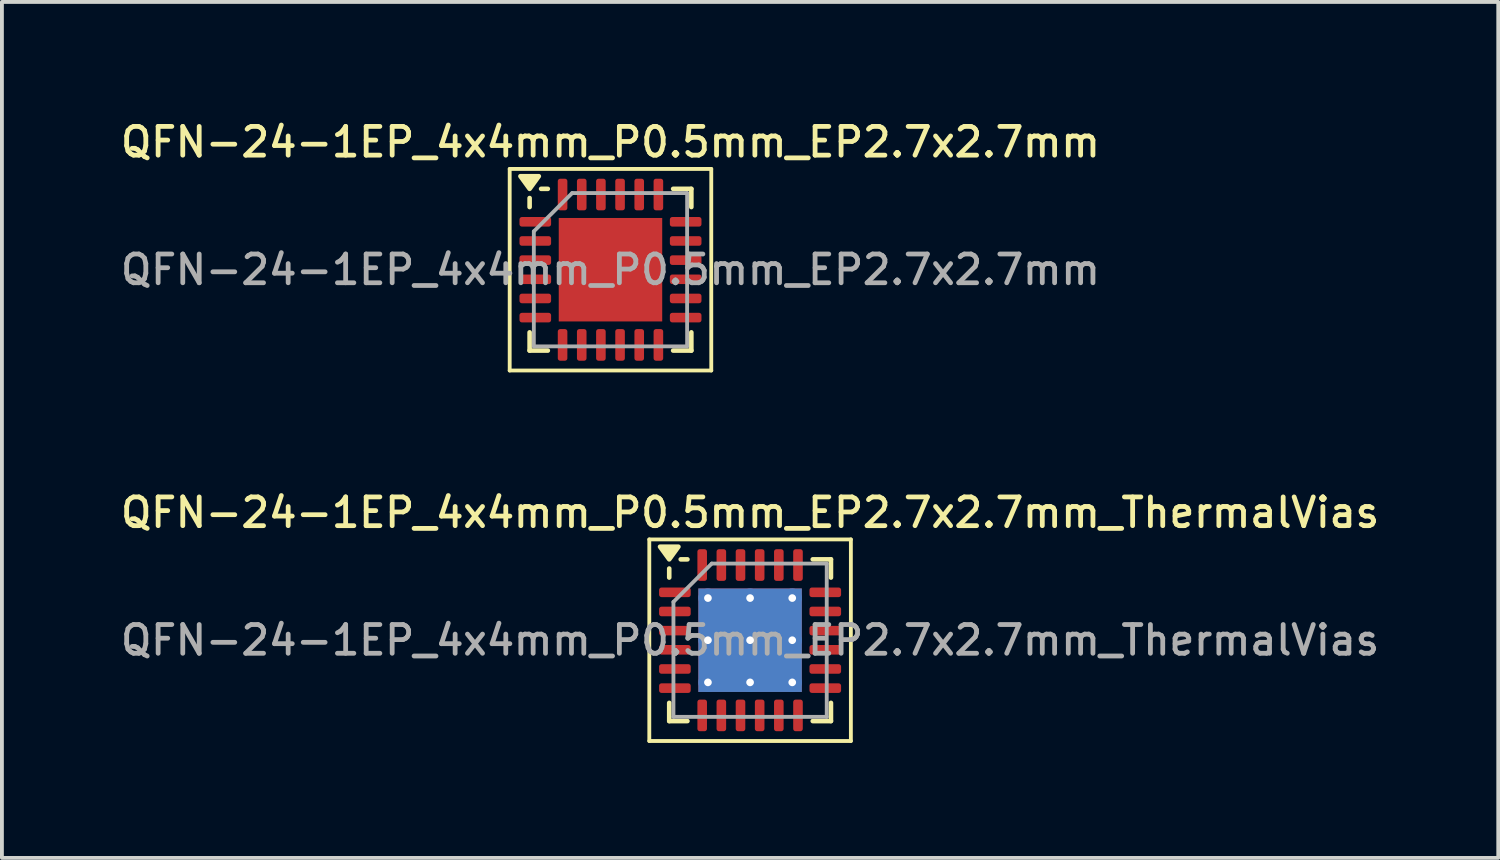
<source format=kicad_pcb>
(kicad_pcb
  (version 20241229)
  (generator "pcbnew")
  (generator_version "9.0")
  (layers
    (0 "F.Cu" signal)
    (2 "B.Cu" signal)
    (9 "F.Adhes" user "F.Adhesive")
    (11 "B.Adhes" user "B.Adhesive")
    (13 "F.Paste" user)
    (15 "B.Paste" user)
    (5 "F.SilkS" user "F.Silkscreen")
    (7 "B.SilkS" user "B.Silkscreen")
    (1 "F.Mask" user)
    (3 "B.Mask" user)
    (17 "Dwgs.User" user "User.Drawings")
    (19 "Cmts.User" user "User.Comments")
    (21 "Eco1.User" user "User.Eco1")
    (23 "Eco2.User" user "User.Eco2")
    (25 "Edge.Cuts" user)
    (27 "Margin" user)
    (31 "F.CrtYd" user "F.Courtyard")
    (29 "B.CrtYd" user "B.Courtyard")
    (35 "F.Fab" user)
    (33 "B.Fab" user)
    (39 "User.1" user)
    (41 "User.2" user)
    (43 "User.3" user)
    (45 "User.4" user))
  (footprint "QFN-24-1EP_4x4mm_P0.5mm_EP2.7x2.7mm"
    (layer "F.Cu")
    (at 12.88 3.988)
    (property "Reference" "QFN-24-1EP_4x4mm_P0.5mm_EP2.7x2.7mm" (at 0 -3.33 0) (layer "F.SilkS") (effects (font (size 0.75 0.75) (thickness 0.125))))
    (attr smd)
    (fp_line (start -2.63 -2.63) (end -2.63 2.63) (stroke (width 0.1) (type solid)) (layer "F.SilkS"))
    (fp_line (start -2.63 2.63) (end 2.63 2.63) (stroke (width 0.1) (type solid)) (layer "F.SilkS"))
    (fp_line (start -2.11 -1.635) (end -2.11 -1.87) (stroke (width 0.12) (type solid)) (layer "F.SilkS"))
    (fp_line (start -2.11 2.11) (end -2.11 1.635) (stroke (width 0.12) (type solid)) (layer "F.SilkS"))
    (fp_line (start -1.635 -2.11) (end -1.81 -2.11) (stroke (width 0.12) (type solid)) (layer "F.SilkS"))
    (fp_line (start -1.635 2.11) (end -2.11 2.11) (stroke (width 0.12) (type solid)) (layer "F.SilkS"))
    (fp_line (start 1.635 -2.11) (end 2.11 -2.11) (stroke (width 0.12) (type solid)) (layer "F.SilkS"))
    (fp_line (start 1.635 2.11) (end 2.11 2.11) (stroke (width 0.12) (type solid)) (layer "F.SilkS"))
    (fp_line (start 2.11 -2.11) (end 2.11 -1.635) (stroke (width 0.12) (type solid)) (layer "F.SilkS"))
    (fp_line (start 2.11 2.11) (end 2.11 1.635) (stroke (width 0.12) (type solid)) (layer "F.SilkS"))
    (fp_line (start 2.63 -2.63) (end -2.63 -2.63) (stroke (width 0.1) (type solid)) (layer "F.SilkS"))
    (fp_line (start 2.63 2.63) (end 2.63 -2.63) (stroke (width 0.1) (type solid)) (layer "F.SilkS"))
    (fp_poly (pts (xy -2.11 -2.11) (xy -2.35 -2.44) (xy -1.87 -2.44) (xy -2.11 -2.11)) (stroke (width 0.12) (type solid)) (fill yes) (layer "F.SilkS"))
    (fp_line (start -2 -1) (end -1 -2) (stroke (width 0.1) (type solid)) (layer "F.Fab"))
    (fp_line (start -2 2) (end -2 -1) (stroke (width 0.1) (type solid)) (layer "F.Fab"))
    (fp_line (start -1 -2) (end 2 -2) (stroke (width 0.1) (type solid)) (layer "F.Fab"))
    (fp_line (start 2 -2) (end 2 2) (stroke (width 0.1) (type solid)) (layer "F.Fab"))
    (fp_line (start 2 2) (end -2 2) (stroke (width 0.1) (type solid)) (layer "F.Fab"))
    (fp_text user "${REFERENCE}" (at 0 0 0) (layer "F.Fab") (effects (font (size 0.75 0.75) (thickness 0.125))))
    (pad "" smd roundrect (at -0.675 -0.675) (size 1.09 1.09) (layers "F.Paste") (roundrect_rratio 0.229))
    (pad "" smd roundrect (at -0.675 0.675) (size 1.09 1.09) (layers "F.Paste") (roundrect_rratio 0.229))
    (pad "" smd roundrect (at 0.675 -0.675) (size 1.09 1.09) (layers "F.Paste") (roundrect_rratio 0.229))
    (pad "" smd roundrect (at 0.675 0.675) (size 1.09 1.09) (layers "F.Paste") (roundrect_rratio 0.229))
    (pad "1" smd roundrect (at -1.962 -1.25) (size 0.825 0.25) (layers "F.Cu" "F.Mask" "F.Paste") (roundrect_rratio 0.25))
    (pad "2" smd roundrect (at -1.962 -0.75) (size 0.825 0.25) (layers "F.Cu" "F.Mask" "F.Paste") (roundrect_rratio 0.25))
    (pad "3" smd roundrect (at -1.962 -0.25) (size 0.825 0.25) (layers "F.Cu" "F.Mask" "F.Paste") (roundrect_rratio 0.25))
    (pad "4" smd roundrect (at -1.962 0.25) (size 0.825 0.25) (layers "F.Cu" "F.Mask" "F.Paste") (roundrect_rratio 0.25))
    (pad "5" smd roundrect (at -1.962 0.75) (size 0.825 0.25) (layers "F.Cu" "F.Mask" "F.Paste") (roundrect_rratio 0.25))
    (pad "6" smd roundrect (at -1.962 1.25) (size 0.825 0.25) (layers "F.Cu" "F.Mask" "F.Paste") (roundrect_rratio 0.25))
    (pad "7" smd roundrect (at -1.25 1.962) (size 0.25 0.825) (layers "F.Cu" "F.Mask" "F.Paste") (roundrect_rratio 0.25))
    (pad "8" smd roundrect (at -0.75 1.962) (size 0.25 0.825) (layers "F.Cu" "F.Mask" "F.Paste") (roundrect_rratio 0.25))
    (pad "9" smd roundrect (at -0.25 1.962) (size 0.25 0.825) (layers "F.Cu" "F.Mask" "F.Paste") (roundrect_rratio 0.25))
    (pad "10" smd roundrect (at 0.25 1.962) (size 0.25 0.825) (layers "F.Cu" "F.Mask" "F.Paste") (roundrect_rratio 0.25))
    (pad "11" smd roundrect (at 0.75 1.962) (size 0.25 0.825) (layers "F.Cu" "F.Mask" "F.Paste") (roundrect_rratio 0.25))
    (pad "12" smd roundrect (at 1.25 1.962) (size 0.25 0.825) (layers "F.Cu" "F.Mask" "F.Paste") (roundrect_rratio 0.25))
    (pad "13" smd roundrect (at 1.962 1.25) (size 0.825 0.25) (layers "F.Cu" "F.Mask" "F.Paste") (roundrect_rratio 0.25))
    (pad "14" smd roundrect (at 1.962 0.75) (size 0.825 0.25) (layers "F.Cu" "F.Mask" "F.Paste") (roundrect_rratio 0.25))
    (pad "15" smd roundrect (at 1.962 0.25) (size 0.825 0.25) (layers "F.Cu" "F.Mask" "F.Paste") (roundrect_rratio 0.25))
    (pad "16" smd roundrect (at 1.962 -0.25) (size 0.825 0.25) (layers "F.Cu" "F.Mask" "F.Paste") (roundrect_rratio 0.25))
    (pad "17" smd roundrect (at 1.962 -0.75) (size 0.825 0.25) (layers "F.Cu" "F.Mask" "F.Paste") (roundrect_rratio 0.25))
    (pad "18" smd roundrect (at 1.962 -1.25) (size 0.825 0.25) (layers "F.Cu" "F.Mask" "F.Paste") (roundrect_rratio 0.25))
    (pad "19" smd roundrect (at 1.25 -1.962) (size 0.25 0.825) (layers "F.Cu" "F.Mask" "F.Paste") (roundrect_rratio 0.25))
    (pad "20" smd roundrect (at 0.75 -1.962) (size 0.25 0.825) (layers "F.Cu" "F.Mask" "F.Paste") (roundrect_rratio 0.25))
    (pad "21" smd roundrect (at 0.25 -1.962) (size 0.25 0.825) (layers "F.Cu" "F.Mask" "F.Paste") (roundrect_rratio 0.25))
    (pad "22" smd roundrect (at -0.25 -1.962) (size 0.25 0.825) (layers "F.Cu" "F.Mask" "F.Paste") (roundrect_rratio 0.25))
    (pad "23" smd roundrect (at -0.75 -1.962) (size 0.25 0.825) (layers "F.Cu" "F.Mask" "F.Paste") (roundrect_rratio 0.25))
    (pad "24" smd roundrect (at -1.25 -1.962) (size 0.25 0.825) (layers "F.Cu" "F.Mask" "F.Paste") (roundrect_rratio 0.25))
    (pad "25" smd rect (at 0 0) (size 2.7 2.7) (property pad_prop_heatsink) (layers "F.Cu" "F.Mask")))
  (footprint "QFN-24-1EP_4x4mm_P0.5mm_EP2.7x2.7mm_ThermalVias"
    (layer "F.Cu")
    (at 16.523 13.656)
    (property "Reference" "QFN-24-1EP_4x4mm_P0.5mm_EP2.7x2.7mm_ThermalVias" (at 0 -3.33 0) (layer "F.SilkS") (effects (font (size 0.75 0.75) (thickness 0.125))))
    (attr smd)
    (fp_line (start -2.63 -2.63) (end -2.63 2.63) (stroke (width 0.1) (type solid)) (layer "F.SilkS"))
    (fp_line (start -2.63 2.63) (end 2.63 2.63) (stroke (width 0.1) (type solid)) (layer "F.SilkS"))
    (fp_line (start -2.11 -1.635) (end -2.11 -1.87) (stroke (width 0.12) (type solid)) (layer "F.SilkS"))
    (fp_line (start -2.11 2.11) (end -2.11 1.635) (stroke (width 0.12) (type solid)) (layer "F.SilkS"))
    (fp_line (start -1.635 -2.11) (end -1.81 -2.11) (stroke (width 0.12) (type solid)) (layer "F.SilkS"))
    (fp_line (start -1.635 2.11) (end -2.11 2.11) (stroke (width 0.12) (type solid)) (layer "F.SilkS"))
    (fp_line (start 1.635 -2.11) (end 2.11 -2.11) (stroke (width 0.12) (type solid)) (layer "F.SilkS"))
    (fp_line (start 1.635 2.11) (end 2.11 2.11) (stroke (width 0.12) (type solid)) (layer "F.SilkS"))
    (fp_line (start 2.11 -2.11) (end 2.11 -1.635) (stroke (width 0.12) (type solid)) (layer "F.SilkS"))
    (fp_line (start 2.11 2.11) (end 2.11 1.635) (stroke (width 0.12) (type solid)) (layer "F.SilkS"))
    (fp_line (start 2.63 -2.63) (end -2.63 -2.63) (stroke (width 0.1) (type solid)) (layer "F.SilkS"))
    (fp_line (start 2.63 2.63) (end 2.63 -2.63) (stroke (width 0.1) (type solid)) (layer "F.SilkS"))
    (fp_poly (pts (xy -2.11 -2.11) (xy -2.35 -2.44) (xy -1.87 -2.44) (xy -2.11 -2.11)) (stroke (width 0.12) (type solid)) (fill yes) (layer "F.SilkS"))
    (fp_line (start -2 -1) (end -1 -2) (stroke (width 0.1) (type solid)) (layer "F.Fab"))
    (fp_line (start -2 2) (end -2 -1) (stroke (width 0.1) (type solid)) (layer "F.Fab"))
    (fp_line (start -1 -2) (end 2 -2) (stroke (width 0.1) (type solid)) (layer "F.Fab"))
    (fp_line (start 2 -2) (end 2 2) (stroke (width 0.1) (type solid)) (layer "F.Fab"))
    (fp_line (start 2 2) (end -2 2) (stroke (width 0.1) (type solid)) (layer "F.Fab"))
    (fp_text user "${REFERENCE}" (at 0 0 0) (layer "F.Fab") (effects (font (size 0.75 0.75) (thickness 0.125))))
    (pad "" smd roundrect (at -0.675 -0.675) (size 1.17 1.17) (layers "F.Paste") (roundrect_rratio 0.214))
    (pad "" smd roundrect (at -0.675 0.675) (size 1.17 1.17) (layers "F.Paste") (roundrect_rratio 0.214))
    (pad "" smd roundrect (at 0.675 -0.675) (size 1.17 1.17) (layers "F.Paste") (roundrect_rratio 0.214))
    (pad "" smd roundrect (at 0.675 0.675) (size 1.17 1.17) (layers "F.Paste") (roundrect_rratio 0.214))
    (pad "1" smd roundrect (at -1.962 -1.25) (size 0.825 0.25) (layers "F.Cu" "F.Mask" "F.Paste") (roundrect_rratio 0.25))
    (pad "2" smd roundrect (at -1.962 -0.75) (size 0.825 0.25) (layers "F.Cu" "F.Mask" "F.Paste") (roundrect_rratio 0.25))
    (pad "3" smd roundrect (at -1.962 -0.25) (size 0.825 0.25) (layers "F.Cu" "F.Mask" "F.Paste") (roundrect_rratio 0.25))
    (pad "4" smd roundrect (at -1.962 0.25) (size 0.825 0.25) (layers "F.Cu" "F.Mask" "F.Paste") (roundrect_rratio 0.25))
    (pad "5" smd roundrect (at -1.962 0.75) (size 0.825 0.25) (layers "F.Cu" "F.Mask" "F.Paste") (roundrect_rratio 0.25))
    (pad "6" smd roundrect (at -1.962 1.25) (size 0.825 0.25) (layers "F.Cu" "F.Mask" "F.Paste") (roundrect_rratio 0.25))
    (pad "7" smd roundrect (at -1.25 1.962) (size 0.25 0.825) (layers "F.Cu" "F.Mask" "F.Paste") (roundrect_rratio 0.25))
    (pad "8" smd roundrect (at -0.75 1.962) (size 0.25 0.825) (layers "F.Cu" "F.Mask" "F.Paste") (roundrect_rratio 0.25))
    (pad "9" smd roundrect (at -0.25 1.962) (size 0.25 0.825) (layers "F.Cu" "F.Mask" "F.Paste") (roundrect_rratio 0.25))
    (pad "10" smd roundrect (at 0.25 1.962) (size 0.25 0.825) (layers "F.Cu" "F.Mask" "F.Paste") (roundrect_rratio 0.25))
    (pad "11" smd roundrect (at 0.75 1.962) (size 0.25 0.825) (layers "F.Cu" "F.Mask" "F.Paste") (roundrect_rratio 0.25))
    (pad "12" smd roundrect (at 1.25 1.962) (size 0.25 0.825) (layers "F.Cu" "F.Mask" "F.Paste") (roundrect_rratio 0.25))
    (pad "13" smd roundrect (at 1.962 1.25) (size 0.825 0.25) (layers "F.Cu" "F.Mask" "F.Paste") (roundrect_rratio 0.25))
    (pad "14" smd roundrect (at 1.962 0.75) (size 0.825 0.25) (layers "F.Cu" "F.Mask" "F.Paste") (roundrect_rratio 0.25))
    (pad "15" smd roundrect (at 1.962 0.25) (size 0.825 0.25) (layers "F.Cu" "F.Mask" "F.Paste") (roundrect_rratio 0.25))
    (pad "16" smd roundrect (at 1.962 -0.25) (size 0.825 0.25) (layers "F.Cu" "F.Mask" "F.Paste") (roundrect_rratio 0.25))
    (pad "17" smd roundrect (at 1.962 -0.75) (size 0.825 0.25) (layers "F.Cu" "F.Mask" "F.Paste") (roundrect_rratio 0.25))
    (pad "18" smd roundrect (at 1.962 -1.25) (size 0.825 0.25) (layers "F.Cu" "F.Mask" "F.Paste") (roundrect_rratio 0.25))
    (pad "19" smd roundrect (at 1.25 -1.962) (size 0.25 0.825) (layers "F.Cu" "F.Mask" "F.Paste") (roundrect_rratio 0.25))
    (pad "20" smd roundrect (at 0.75 -1.962) (size 0.25 0.825) (layers "F.Cu" "F.Mask" "F.Paste") (roundrect_rratio 0.25))
    (pad "21" smd roundrect (at 0.25 -1.962) (size 0.25 0.825) (layers "F.Cu" "F.Mask" "F.Paste") (roundrect_rratio 0.25))
    (pad "22" smd roundrect (at -0.25 -1.962) (size 0.25 0.825) (layers "F.Cu" "F.Mask" "F.Paste") (roundrect_rratio 0.25))
    (pad "23" smd roundrect (at -0.75 -1.962) (size 0.25 0.825) (layers "F.Cu" "F.Mask" "F.Paste") (roundrect_rratio 0.25))
    (pad "24" smd roundrect (at -1.25 -1.962) (size 0.25 0.825) (layers "F.Cu" "F.Mask" "F.Paste") (roundrect_rratio 0.25))
    (pad "25" thru_hole circle (at -1.1 -1.1) (size 0.5 0.5) (drill 0.2) (property pad_prop_heatsink) (layers "*.Cu"))
    (pad "25" thru_hole circle (at -1.1 0) (size 0.5 0.5) (drill 0.2) (property pad_prop_heatsink) (layers "*.Cu"))
    (pad "25" thru_hole circle (at -1.1 1.1) (size 0.5 0.5) (drill 0.2) (property pad_prop_heatsink) (layers "*.Cu"))
    (pad "25" thru_hole circle (at 0 -1.1) (size 0.5 0.5) (drill 0.2) (property pad_prop_heatsink) (layers "*.Cu"))
    (pad "25" thru_hole circle (at 0 0) (size 0.5 0.5) (drill 0.2) (property pad_prop_heatsink) (layers "*.Cu"))
    (pad "25" smd rect (at 0 0) (size 2.7 2.7) (property pad_prop_heatsink) (layers "F.Cu" "F.Mask"))
    (pad "25" smd rect (at 0 0) (size 2.7 2.7) (property pad_prop_heatsink) (layers "B.Cu"))
    (pad "25" thru_hole circle (at 0 1.1) (size 0.5 0.5) (drill 0.2) (property pad_prop_heatsink) (layers "*.Cu"))
    (pad "25" thru_hole circle (at 1.1 -1.1) (size 0.5 0.5) (drill 0.2) (property pad_prop_heatsink) (layers "*.Cu"))
    (pad "25" thru_hole circle (at 1.1 0) (size 0.5 0.5) (drill 0.2) (property pad_prop_heatsink) (layers "*.Cu"))
    (pad "25" thru_hole circle (at 1.1 1.1) (size 0.5 0.5) (drill 0.2) (property pad_prop_heatsink) (layers "*.Cu")))
  (gr_rect
    (start -3 -3)
    (end 36.046 19.336)
    (stroke (width 0.1) (type default))
    (fill no)
    (layer "Edge.Cuts")))
</source>
